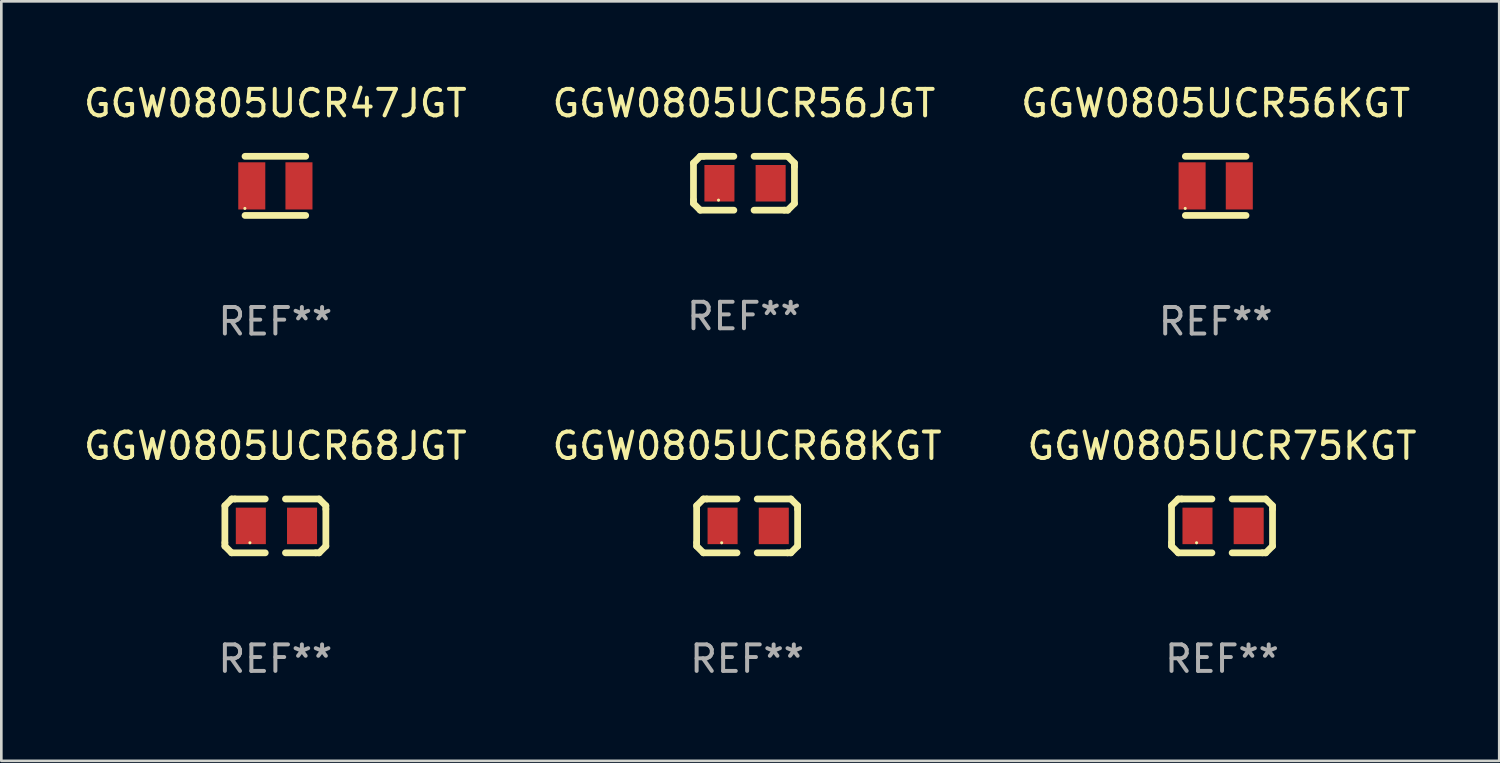
<source format=kicad_pcb>
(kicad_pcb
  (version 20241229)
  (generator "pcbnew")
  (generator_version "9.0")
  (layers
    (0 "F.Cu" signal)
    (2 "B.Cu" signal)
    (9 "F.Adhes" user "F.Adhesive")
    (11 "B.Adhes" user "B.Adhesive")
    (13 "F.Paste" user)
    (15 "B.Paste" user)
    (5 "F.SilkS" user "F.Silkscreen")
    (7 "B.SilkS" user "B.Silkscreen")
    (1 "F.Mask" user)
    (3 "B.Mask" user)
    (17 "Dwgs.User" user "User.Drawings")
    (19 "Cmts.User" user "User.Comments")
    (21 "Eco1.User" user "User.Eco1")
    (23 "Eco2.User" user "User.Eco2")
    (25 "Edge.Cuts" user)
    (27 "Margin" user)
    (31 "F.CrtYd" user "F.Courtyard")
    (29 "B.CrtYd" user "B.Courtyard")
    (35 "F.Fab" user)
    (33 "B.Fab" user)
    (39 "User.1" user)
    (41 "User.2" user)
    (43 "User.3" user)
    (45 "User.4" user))
  (footprint "GGW0805UCR75KGT"
    (layer "F.Cu")
    (at 43.054 16.791)
    (property "Reference" "GGW0805UCR75KGT" (at 0 -3.016 0) (layer "F.SilkS") (effects (font (size 1 1) (thickness 0.15))))
    (attr through_hole)
    (fp_line (start -1.905 -0.762) (end -1.905 0.635) (stroke (width 0.254) (type solid)) (layer "F.SilkS"))
    (fp_line (start -1.905 0.635) (end -1.905 0.762) (stroke (width 0.254) (type solid)) (layer "F.SilkS"))
    (fp_line (start -1.905 0.762) (end -1.651 1.016) (stroke (width 0.254) (type solid)) (layer "F.SilkS"))
    (fp_line (start -1.651 -1.016) (end -1.905 -0.762) (stroke (width 0.254) (type solid)) (layer "F.SilkS"))
    (fp_line (start -1.651 1.016) (end -0.381 1.016) (stroke (width 0.254) (type solid)) (layer "F.SilkS"))
    (fp_line (start -1.524 -1.016) (end -1.651 -1.016) (stroke (width 0.254) (type solid)) (layer "F.SilkS"))
    (fp_line (start -0.381 -1.016) (end -1.524 -1.016) (stroke (width 0.254) (type solid)) (layer "F.SilkS"))
    (fp_line (start 0.381 1.016) (end 1.524 1.016) (stroke (width 0.254) (type solid)) (layer "F.SilkS"))
    (fp_line (start 1.524 1.016) (end 1.651 1.016) (stroke (width 0.254) (type solid)) (layer "F.SilkS"))
    (fp_line (start 1.651 -1.016) (end 0.381 -1.016) (stroke (width 0.254) (type solid)) (layer "F.SilkS"))
    (fp_line (start 1.651 1.016) (end 1.905 0.762) (stroke (width 0.254) (type solid)) (layer "F.SilkS"))
    (fp_line (start 1.905 -0.762) (end 1.651 -1.016) (stroke (width 0.254) (type solid)) (layer "F.SilkS"))
    (fp_line (start 1.905 -0.635) (end 1.905 -0.762) (stroke (width 0.254) (type solid)) (layer "F.SilkS"))
    (fp_line (start 1.905 0.762) (end 1.905 -0.635) (stroke (width 0.254) (type solid)) (layer "F.SilkS"))
    (fp_circle (center -0.96 0.637) (end -0.93 0.637) (stroke (width 0.06) (type solid)) (fill no) (layer "F.SilkS"))
    (fp_text user "REF**" (at 0 5.016 0) (layer "F.Fab") (effects (font (size 1 1) (thickness 0.15))))
    (pad "1" smd rect (at -0.926 -0.000051) (size 1.133 1.377) (layers "F.Cu" "F.Mask" "F.Paste"))
    (pad "2" smd rect (at 1.006 -0.000051) (size 1.133 1.377) (layers "F.Cu" "F.Mask" "F.Paste")))
  (footprint "GGW0805UCR68JGT"
    (layer "F.Cu")
    (at 7.339 16.791)
    (property "Reference" "GGW0805UCR68JGT" (at 0 -3.016 0) (layer "F.SilkS") (effects (font (size 1 1) (thickness 0.15))))
    (attr through_hole)
    (fp_line (start -1.905 -0.762) (end -1.905 0.635) (stroke (width 0.254) (type solid)) (layer "F.SilkS"))
    (fp_line (start -1.905 0.635) (end -1.905 0.762) (stroke (width 0.254) (type solid)) (layer "F.SilkS"))
    (fp_line (start -1.905 0.762) (end -1.651 1.016) (stroke (width 0.254) (type solid)) (layer "F.SilkS"))
    (fp_line (start -1.651 -1.016) (end -1.905 -0.762) (stroke (width 0.254) (type solid)) (layer "F.SilkS"))
    (fp_line (start -1.651 1.016) (end -0.381 1.016) (stroke (width 0.254) (type solid)) (layer "F.SilkS"))
    (fp_line (start -1.524 -1.016) (end -1.651 -1.016) (stroke (width 0.254) (type solid)) (layer "F.SilkS"))
    (fp_line (start -0.381 -1.016) (end -1.524 -1.016) (stroke (width 0.254) (type solid)) (layer "F.SilkS"))
    (fp_line (start 0.381 1.016) (end 1.524 1.016) (stroke (width 0.254) (type solid)) (layer "F.SilkS"))
    (fp_line (start 1.524 1.016) (end 1.651 1.016) (stroke (width 0.254) (type solid)) (layer "F.SilkS"))
    (fp_line (start 1.651 -1.016) (end 0.381 -1.016) (stroke (width 0.254) (type solid)) (layer "F.SilkS"))
    (fp_line (start 1.651 1.016) (end 1.905 0.762) (stroke (width 0.254) (type solid)) (layer "F.SilkS"))
    (fp_line (start 1.905 -0.762) (end 1.651 -1.016) (stroke (width 0.254) (type solid)) (layer "F.SilkS"))
    (fp_line (start 1.905 -0.635) (end 1.905 -0.762) (stroke (width 0.254) (type solid)) (layer "F.SilkS"))
    (fp_line (start 1.905 0.762) (end 1.905 -0.635) (stroke (width 0.254) (type solid)) (layer "F.SilkS"))
    (fp_circle (center -0.96 0.637) (end -0.93 0.637) (stroke (width 0.06) (type solid)) (fill no) (layer "F.SilkS"))
    (fp_text user "REF**" (at 0 5.016 0) (layer "F.Fab") (effects (font (size 1 1) (thickness 0.15))))
    (pad "1" smd rect (at -0.926 -0.000051) (size 1.133 1.377) (layers "F.Cu" "F.Mask" "F.Paste"))
    (pad "2" smd rect (at 1.006 -0.000051) (size 1.133 1.377) (layers "F.Cu" "F.Mask" "F.Paste")))
  (footprint "GGW0805UCR56KGT"
    (layer "F.Cu")
    (at 42.815 3.963)
    (property "Reference" "GGW0805UCR56KGT" (at 0 -3.115 0) (layer "F.SilkS") (effects (font (size 1 1) (thickness 0.15))))
    (attr through_hole)
    (fp_line (start -1.145 -1.115) (end 1.145 -1.115) (stroke (width 0.254) (type solid)) (layer "F.SilkS"))
    (fp_line (start -1.145 1.115) (end 1.145 1.115) (stroke (width 0.254) (type solid)) (layer "F.SilkS"))
    (fp_circle (center -1.15 0.85) (end -1.12 0.85) (stroke (width 0.06) (type solid)) (fill no) (layer "F.SilkS"))
    (fp_text user "REF**" (at 0 5.115 0) (layer "F.Fab") (effects (font (size 1 1) (thickness 0.15))))
    (pad "1" smd rect (at -0.89 0 90) (size 1.78 1.02) (layers "F.Cu" "F.Mask" "F.Paste"))
    (pad "2" smd rect (at 0.89 0 90) (size 1.78 1.02) (layers "F.Cu" "F.Mask" "F.Paste")))
  (footprint "GGW0805UCR56JGT"
    (layer "F.Cu")
    (at 25.018 3.864)
    (property "Reference" "GGW0805UCR56JGT" (at 0 -3.016 0) (layer "F.SilkS") (effects (font (size 1 1) (thickness 0.15))))
    (attr through_hole)
    (fp_line (start -1.905 -0.762) (end -1.905 0.635) (stroke (width 0.254) (type solid)) (layer "F.SilkS"))
    (fp_line (start -1.905 0.635) (end -1.905 0.762) (stroke (width 0.254) (type solid)) (layer "F.SilkS"))
    (fp_line (start -1.905 0.762) (end -1.651 1.016) (stroke (width 0.254) (type solid)) (layer "F.SilkS"))
    (fp_line (start -1.651 -1.016) (end -1.905 -0.762) (stroke (width 0.254) (type solid)) (layer "F.SilkS"))
    (fp_line (start -1.651 1.016) (end -0.381 1.016) (stroke (width 0.254) (type solid)) (layer "F.SilkS"))
    (fp_line (start -1.524 -1.016) (end -1.651 -1.016) (stroke (width 0.254) (type solid)) (layer "F.SilkS"))
    (fp_line (start -0.381 -1.016) (end -1.524 -1.016) (stroke (width 0.254) (type solid)) (layer "F.SilkS"))
    (fp_line (start 0.381 1.016) (end 1.524 1.016) (stroke (width 0.254) (type solid)) (layer "F.SilkS"))
    (fp_line (start 1.524 1.016) (end 1.651 1.016) (stroke (width 0.254) (type solid)) (layer "F.SilkS"))
    (fp_line (start 1.651 -1.016) (end 0.381 -1.016) (stroke (width 0.254) (type solid)) (layer "F.SilkS"))
    (fp_line (start 1.651 1.016) (end 1.905 0.762) (stroke (width 0.254) (type solid)) (layer "F.SilkS"))
    (fp_line (start 1.905 -0.762) (end 1.651 -1.016) (stroke (width 0.254) (type solid)) (layer "F.SilkS"))
    (fp_line (start 1.905 -0.635) (end 1.905 -0.762) (stroke (width 0.254) (type solid)) (layer "F.SilkS"))
    (fp_line (start 1.905 0.762) (end 1.905 -0.635) (stroke (width 0.254) (type solid)) (layer "F.SilkS"))
    (fp_circle (center -0.96 0.637) (end -0.93 0.637) (stroke (width 0.06) (type solid)) (fill no) (layer "F.SilkS"))
    (fp_text user "REF**" (at 0 5.016 0) (layer "F.Fab") (effects (font (size 1 1) (thickness 0.15))))
    (pad "1" smd rect (at -0.926 -0.000051) (size 1.133 1.377) (layers "F.Cu" "F.Mask" "F.Paste"))
    (pad "2" smd rect (at 1.006 -0.000051) (size 1.133 1.377) (layers "F.Cu" "F.Mask" "F.Paste")))
  (footprint "GGW0805UCR47JGT"
    (layer "F.Cu")
    (at 7.339 3.963)
    (property "Reference" "GGW0805UCR47JGT" (at 0 -3.115 0) (layer "F.SilkS") (effects (font (size 1 1) (thickness 0.15))))
    (attr through_hole)
    (fp_line (start -1.145 -1.115) (end 1.145 -1.115) (stroke (width 0.254) (type solid)) (layer "F.SilkS"))
    (fp_line (start -1.145 1.115) (end 1.145 1.115) (stroke (width 0.254) (type solid)) (layer "F.SilkS"))
    (fp_circle (center -1.15 0.85) (end -1.12 0.85) (stroke (width 0.06) (type solid)) (fill no) (layer "F.SilkS"))
    (fp_text user "REF**" (at 0 5.115 0) (layer "F.Fab") (effects (font (size 1 1) (thickness 0.15))))
    (pad "1" smd rect (at -0.89 0 90) (size 1.78 1.02) (layers "F.Cu" "F.Mask" "F.Paste"))
    (pad "2" smd rect (at 0.89 0 90) (size 1.78 1.02) (layers "F.Cu" "F.Mask" "F.Paste")))
  (footprint "GGW0805UCR68KGT"
    (layer "F.Cu")
    (at 25.137 16.791)
    (property "Reference" "GGW0805UCR68KGT" (at 0 -3.016 0) (layer "F.SilkS") (effects (font (size 1 1) (thickness 0.15))))
    (attr through_hole)
    (fp_line (start -1.905 -0.762) (end -1.905 0.635) (stroke (width 0.254) (type solid)) (layer "F.SilkS"))
    (fp_line (start -1.905 0.635) (end -1.905 0.762) (stroke (width 0.254) (type solid)) (layer "F.SilkS"))
    (fp_line (start -1.905 0.762) (end -1.651 1.016) (stroke (width 0.254) (type solid)) (layer "F.SilkS"))
    (fp_line (start -1.651 -1.016) (end -1.905 -0.762) (stroke (width 0.254) (type solid)) (layer "F.SilkS"))
    (fp_line (start -1.651 1.016) (end -0.381 1.016) (stroke (width 0.254) (type solid)) (layer "F.SilkS"))
    (fp_line (start -1.524 -1.016) (end -1.651 -1.016) (stroke (width 0.254) (type solid)) (layer "F.SilkS"))
    (fp_line (start -0.381 -1.016) (end -1.524 -1.016) (stroke (width 0.254) (type solid)) (layer "F.SilkS"))
    (fp_line (start 0.381 1.016) (end 1.524 1.016) (stroke (width 0.254) (type solid)) (layer "F.SilkS"))
    (fp_line (start 1.524 1.016) (end 1.651 1.016) (stroke (width 0.254) (type solid)) (layer "F.SilkS"))
    (fp_line (start 1.651 -1.016) (end 0.381 -1.016) (stroke (width 0.254) (type solid)) (layer "F.SilkS"))
    (fp_line (start 1.651 1.016) (end 1.905 0.762) (stroke (width 0.254) (type solid)) (layer "F.SilkS"))
    (fp_line (start 1.905 -0.762) (end 1.651 -1.016) (stroke (width 0.254) (type solid)) (layer "F.SilkS"))
    (fp_line (start 1.905 -0.635) (end 1.905 -0.762) (stroke (width 0.254) (type solid)) (layer "F.SilkS"))
    (fp_line (start 1.905 0.762) (end 1.905 -0.635) (stroke (width 0.254) (type solid)) (layer "F.SilkS"))
    (fp_circle (center -0.96 0.637) (end -0.93 0.637) (stroke (width 0.06) (type solid)) (fill no) (layer "F.SilkS"))
    (fp_text user "REF**" (at 0 5.016 0) (layer "F.Fab") (effects (font (size 1 1) (thickness 0.15))))
    (pad "1" smd rect (at -0.926 -0.000051) (size 1.133 1.377) (layers "F.Cu" "F.Mask" "F.Paste"))
    (pad "2" smd rect (at 1.006 -0.000051) (size 1.133 1.377) (layers "F.Cu" "F.Mask" "F.Paste")))
  (gr_rect
    (start -3 -3)
    (end 53.512 25.655)
    (stroke (width 0.1) (type default))
    (fill no)
    (layer "Edge.Cuts")))
</source>
